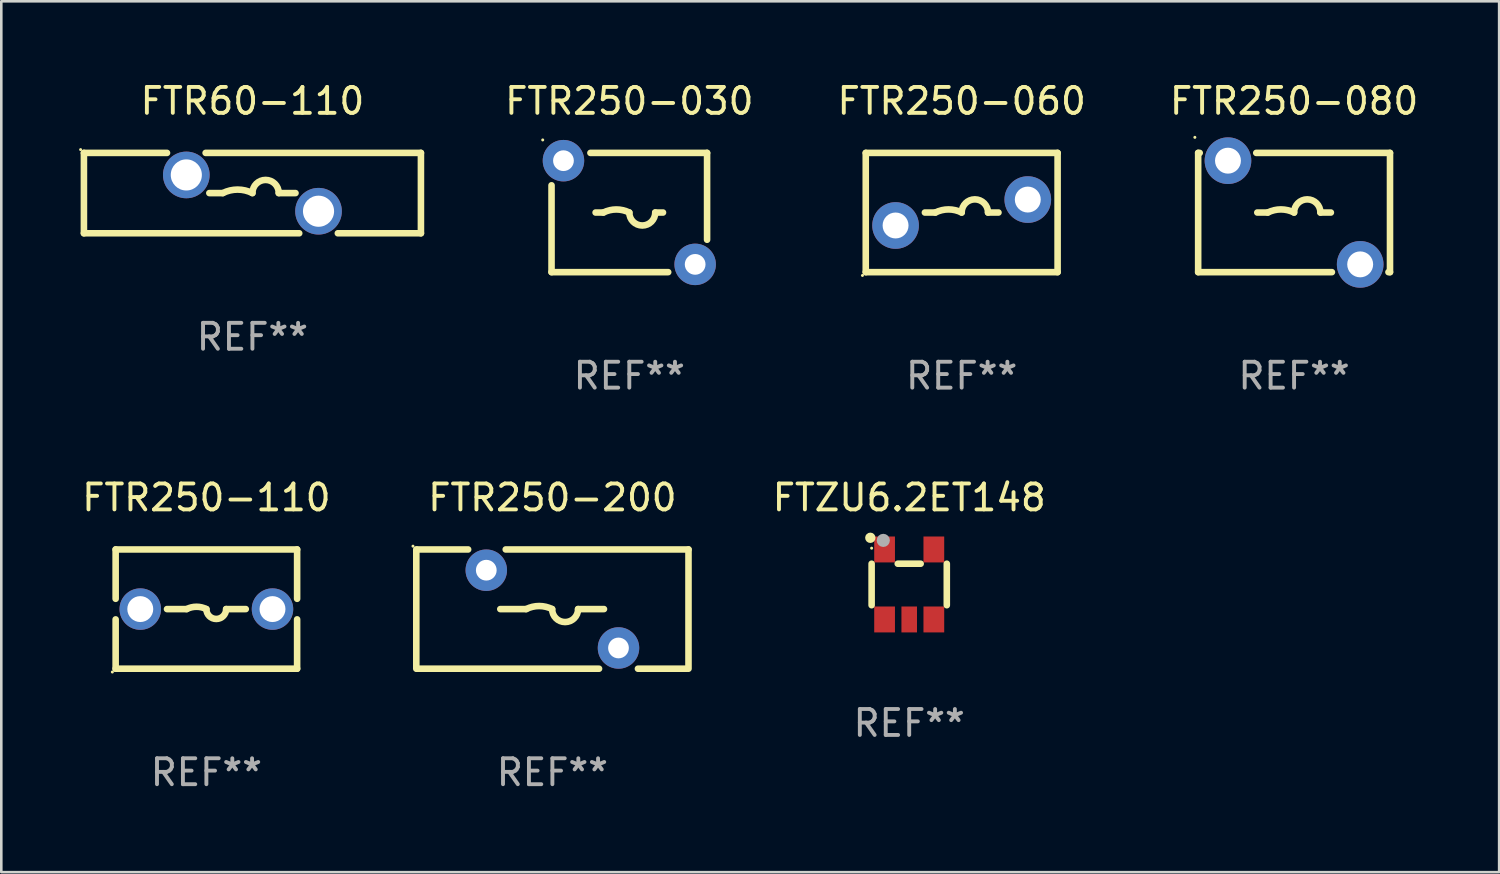
<source format=kicad_pcb>
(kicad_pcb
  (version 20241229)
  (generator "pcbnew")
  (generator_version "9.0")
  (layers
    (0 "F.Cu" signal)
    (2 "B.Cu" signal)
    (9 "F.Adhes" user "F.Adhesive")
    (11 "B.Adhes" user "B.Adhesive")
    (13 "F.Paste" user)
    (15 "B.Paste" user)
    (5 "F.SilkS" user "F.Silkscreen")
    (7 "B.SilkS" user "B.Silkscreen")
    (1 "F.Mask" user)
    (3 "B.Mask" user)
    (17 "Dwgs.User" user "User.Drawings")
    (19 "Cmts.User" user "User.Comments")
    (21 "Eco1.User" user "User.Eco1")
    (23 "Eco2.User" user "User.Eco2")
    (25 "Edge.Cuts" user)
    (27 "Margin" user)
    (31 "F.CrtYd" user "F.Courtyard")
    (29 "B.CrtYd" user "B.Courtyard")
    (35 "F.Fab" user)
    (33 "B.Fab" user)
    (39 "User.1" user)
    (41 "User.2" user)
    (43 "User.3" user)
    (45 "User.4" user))
  (footprint "FTZU6.2ET148"
    (layer "F.Cu")
    (at 32.022 19.495)
    (property "Reference" "FTZU6.2ET148" (at 0 -3.35 0) (layer "F.SilkS") (effects (font (size 1 1) (thickness 0.15))))
    (attr through_hole)
    (fp_line (start -1.45 -0.8) (end -1.45 0.8) (stroke (width 0.254) (type solid)) (layer "F.SilkS"))
    (fp_line (start -0.442 -0.8) (end 0.442 -0.8) (stroke (width 0.254) (type solid)) (layer "F.SilkS"))
    (fp_line (start 1.45 -0.8) (end 1.45 0.8) (stroke (width 0.254) (type solid)) (layer "F.SilkS"))
    (fp_circle (center -1.5 -1.8) (end -1.4 -1.8) (stroke (width 0.2) (type solid)) (fill no) (layer "F.SilkS"))
    (fp_circle (center -1.45 -1.4) (end -1.42 -1.4) (stroke (width 0.06) (type solid)) (fill no) (layer "F.SilkS"))
    (fp_circle (center -1 -1.7) (end -0.873 -1.7) (stroke (width 0.254) (type solid)) (fill no) (layer "F.Fab"))
    (fp_text user "REF**" (at 0 5.35 0) (layer "F.Fab") (effects (font (size 1 1) (thickness 0.15))))
    (pad "1" smd rect (at -0.95 -1.35) (size 0.8 1) (layers "F.Cu" "F.Mask" "F.Paste"))
    (pad "2" smd rect (at 0.95 -1.35) (size 0.8 1) (layers "F.Cu" "F.Mask" "F.Paste"))
    (pad "3" smd rect (at 0.95 1.35) (size 0.8 1) (layers "F.Cu" "F.Mask" "F.Paste"))
    (pad "4" smd rect (at 0.000165 1.35) (size 0.6 1) (layers "F.Cu" "F.Mask" "F.Paste"))
    (pad "5" smd rect (at -0.95 1.35) (size 0.8 1) (layers "F.Cu" "F.Mask" "F.Paste")))
  (footprint "FTR250-060"
    (layer "F.Cu")
    (at 34.046 5.148)
    (property "Reference" "FTR250-060" (at 0 -4.3 0) (layer "F.SilkS") (effects (font (size 1 1) (thickness 0.15))))
    (attr through_hole)
    (fp_line (start -3.7 -2.3) (end 3.7 -2.3) (stroke (width 0.254) (type solid)) (layer "F.SilkS"))
    (fp_line (start -3.7 2.3) (end -3.7 -2.3) (stroke (width 0.254) (type solid)) (layer "F.SilkS"))
    (fp_line (start -1.419 0) (end -1.016 0) (stroke (width 0.254) (type solid)) (layer "F.SilkS"))
    (fp_line (start 1.419 0) (end 1.016 0) (stroke (width 0.254) (type solid)) (layer "F.SilkS"))
    (fp_line (start 3.7 -2.3) (end 3.7 2.3) (stroke (width 0.254) (type solid)) (layer "F.SilkS"))
    (fp_line (start 3.7 2.3) (end -3.7 2.3) (stroke (width 0.254) (type solid)) (layer "F.SilkS"))
    (fp_arc (start -1.016002 0) (mid -0.508001 -0.119923) (end 0 0) (stroke (width 0.254001) (type solid)) (layer "F.SilkS"))
    (fp_arc (start 0 0) (mid 0.508001 -0.508001) (end 1.016002 0) (stroke (width 0.254001) (type solid)) (layer "F.SilkS"))
    (fp_circle (center -3.827 2.427) (end -3.797 2.427) (stroke (width 0.06) (type solid)) (fill no) (layer "F.SilkS"))
    (fp_text user "REF**" (at 0 6.3 0) (layer "F.Fab") (effects (font (size 1 1) (thickness 0.15))))
    (pad "1" thru_hole circle (at -2.55 0.5) (size 1.8 1.8) (drill 1) (layers "*.Cu" "*.Mask"))
    (pad "2" thru_hole circle (at 2.55 -0.5) (size 1.8 1.8) (drill 1) (layers "*.Cu" "*.Mask")))
  (footprint "FTR250-030"
    (layer "F.Cu")
    (at 21.225 5.148)
    (property "Reference" "FTR250-030" (at 0 -4.3 0) (layer "F.SilkS") (effects (font (size 1 1) (thickness 0.15))))
    (attr through_hole)
    (fp_line (start -3 2.3) (end -3 -1.05) (stroke (width 0.254) (type solid)) (layer "F.SilkS"))
    (fp_line (start -3 2.3) (end 1.5 2.3) (stroke (width 0.254) (type solid)) (layer "F.SilkS"))
    (fp_line (start -1 0) (end -1.3 0) (stroke (width 0.254) (type solid)) (layer "F.SilkS"))
    (fp_line (start 1 0) (end 1.3 0) (stroke (width 0.254) (type solid)) (layer "F.SilkS"))
    (fp_line (start 3 -2.3) (end -1.5 -2.3) (stroke (width 0.254) (type solid)) (layer "F.SilkS"))
    (fp_line (start 3 -2.3) (end 3 1.05) (stroke (width 0.254) (type solid)) (layer "F.SilkS"))
    (fp_arc (start -1.000762 0) (mid -0.500381 -0.118151) (end 0 0) (stroke (width 0.254001) (type solid)) (layer "F.SilkS"))
    (fp_arc (start 1.000762 0) (mid 0.500381 0.500127) (end 0 0) (stroke (width 0.254001) (type solid)) (layer "F.SilkS"))
    (fp_circle (center -3.34 -2.8) (end -3.31 -2.8) (stroke (width 0.06) (type solid)) (fill no) (layer "F.SilkS"))
    (fp_text user "REF**" (at 0 6.3 0) (layer "F.Fab") (effects (font (size 1 1) (thickness 0.15))))
    (pad "1" thru_hole circle (at -2.54 -2) (size 1.6 1.6) (drill 0.8) (layers "*.Cu" "*.Mask"))
    (pad "2" thru_hole circle (at 2.54 2) (size 1.6 1.6) (drill 0.8) (layers "*.Cu" "*.Mask")))
  (footprint "FTR250-200"
    (layer "F.Cu")
    (at 18.258 20.445)
    (property "Reference" "FTR250-200" (at 0 -4.3 0) (layer "F.SilkS") (effects (font (size 1 1) (thickness 0.15))))
    (attr through_hole)
    (fp_line (start -5.25 -2.3) (end -5.25 2.3) (stroke (width 0.254) (type solid)) (layer "F.SilkS"))
    (fp_line (start -5.21 -2.3) (end -3.25 -2.3) (stroke (width 0.254) (type solid)) (layer "F.SilkS"))
    (fp_line (start -1.8 -2.3) (end 5.25 -2.3) (stroke (width 0.254) (type solid)) (layer "F.SilkS"))
    (fp_line (start -1.01 -0.000064) (end -2.01 -0.000064) (stroke (width 0.254) (type solid)) (layer "F.SilkS"))
    (fp_line (start 0.99 -0.000064) (end 1.99 -0.000064) (stroke (width 0.254) (type solid)) (layer "F.SilkS"))
    (fp_line (start 1.8 2.3) (end -5.21 2.3) (stroke (width 0.254) (type solid)) (layer "F.SilkS"))
    (fp_line (start 5.19 2.3) (end 3.3 2.3) (stroke (width 0.254) (type solid)) (layer "F.SilkS"))
    (fp_line (start 5.25 -2.3) (end 5.25 2.3) (stroke (width 0.254) (type solid)) (layer "F.SilkS"))
    (fp_arc (start -1.010008 -0.000064) (mid -0.510008 -0.118084) (end -0.010007 -0.000064) (stroke (width 0.254001) (type solid)) (layer "F.SilkS"))
    (fp_arc (start 0.990754 -0.000064) (mid 0.490373 0.500063) (end -0.010008 -0.000064) (stroke (width 0.254001) (type solid)) (layer "F.SilkS"))
    (fp_circle (center -5.377 -2.427) (end -5.347 -2.427) (stroke (width 0.06) (type solid)) (fill no) (layer "F.SilkS"))
    (fp_text user "REF**" (at 0 6.3 0) (layer "F.Fab") (effects (font (size 1 1) (thickness 0.15))))
    (pad "1" thru_hole circle (at -2.55 -1.5) (size 1.6 1.6) (drill 0.8) (layers "*.Cu" "*.Mask"))
    (pad "2" thru_hole circle (at 2.55 1.5) (size 1.6 1.6) (drill 0.8) (layers "*.Cu" "*.Mask")))
  (footprint "FTR250-110"
    (layer "F.Cu")
    (at 4.911 20.445)
    (property "Reference" "FTR250-110" (at 0 -4.3 0) (layer "F.SilkS") (effects (font (size 1 1) (thickness 0.15))))
    (attr through_hole)
    (fp_line (start -3.5 -2.3) (end -3.5 -0.398) (stroke (width 0.254) (type solid)) (layer "F.SilkS"))
    (fp_line (start -3.5 -2.3) (end 3.5 -2.3) (stroke (width 0.254) (type solid)) (layer "F.SilkS"))
    (fp_line (start -3.5 0.398) (end -3.5 2.3) (stroke (width 0.254) (type solid)) (layer "F.SilkS"))
    (fp_line (start -1.519 0) (end -0.762 0) (stroke (width 0.254) (type solid)) (layer "F.SilkS"))
    (fp_line (start 1.519 0) (end 0.762 0) (stroke (width 0.254) (type solid)) (layer "F.SilkS"))
    (fp_line (start 3.5 -2.3) (end 3.5 -0.397) (stroke (width 0.254) (type solid)) (layer "F.SilkS"))
    (fp_line (start 3.5 0.397) (end 3.5 2.3) (stroke (width 0.254) (type solid)) (layer "F.SilkS"))
    (fp_line (start 3.5 2.3) (end -3.5 2.3) (stroke (width 0.254) (type solid)) (layer "F.SilkS"))
    (fp_arc (start -0.762129 0) (mid -0.381128 -0.089942) (end -0.000127 0) (stroke (width 0.254001) (type solid)) (layer "F.SilkS"))
    (fp_arc (start 0.761875 0) (mid 0.380874 0.381001) (end -0.000127 0) (stroke (width 0.254001) (type solid)) (layer "F.SilkS"))
    (fp_circle (center -3.627 2.427) (end -3.597 2.427) (stroke (width 0.06) (type solid)) (fill no) (layer "F.SilkS"))
    (fp_text user "REF**" (at 0 6.3 0) (layer "F.Fab") (effects (font (size 1 1) (thickness 0.15))))
    (pad "1" thru_hole circle (at -2.55 0) (size 1.6 1.6) (drill 1) (layers "*.Cu" "*.Mask"))
    (pad "2" thru_hole circle (at 2.55 0) (size 1.6 1.6) (drill 1) (layers "*.Cu" "*.Mask")))
  (footprint "FTR60-110"
    (layer "F.Cu")
    (at 6.687 4.398)
    (property "Reference" "FTR60-110" (at 0 -3.55 0) (layer "F.SilkS") (effects (font (size 1 1) (thickness 0.15))))
    (attr through_hole)
    (fp_line (start -6.5 1.55) (end -6.5 -1.55) (stroke (width 0.254) (type solid)) (layer "F.SilkS"))
    (fp_line (start -6.5 1.55) (end 1.805 1.55) (stroke (width 0.254) (type solid)) (layer "F.SilkS"))
    (fp_line (start -6.5 -1.55) (end -3.295 -1.55) (stroke (width 0.254) (type solid)) (layer "F.SilkS"))
    (fp_line (start -1.805 -1.55) (end 6.5 -1.55) (stroke (width 0.254) (type solid)) (layer "F.SilkS"))
    (fp_line (start -1.662 0) (end -1.143 0) (stroke (width 0.254) (type solid)) (layer "F.SilkS"))
    (fp_line (start 1.662 0) (end 1.016 0) (stroke (width 0.254) (type solid)) (layer "F.SilkS"))
    (fp_line (start 3.295 1.55) (end 6.5 1.55) (stroke (width 0.254) (type solid)) (layer "F.SilkS"))
    (fp_line (start 6.5 -1.55) (end 6.5 1.55) (stroke (width 0.254) (type solid)) (layer "F.SilkS"))
    (fp_arc (start -1.143002 0) (mid -0.571501 -0.134913) (end 0 0) (stroke (width 0.254001) (type solid)) (layer "F.SilkS"))
    (fp_arc (start 0 0) (mid 0.508001 -0.508001) (end 1.016002 0) (stroke (width 0.254001) (type solid)) (layer "F.SilkS"))
    (fp_circle (center -6.627 -1.677) (end -6.597 -1.677) (stroke (width 0.06) (type solid)) (fill no) (layer "F.SilkS"))
    (fp_text user "REF**" (at 0 5.55 0) (layer "F.Fab") (effects (font (size 1 1) (thickness 0.15))))
    (pad "1" thru_hole circle (at -2.55 -0.7) (size 1.8 1.8) (drill 1.2) (layers "*.Cu" "*.Mask"))
    (pad "2" thru_hole circle (at 2.55 0.7) (size 1.8 1.8) (drill 1.2) (layers "*.Cu" "*.Mask")))
  (footprint "FTR250-080"
    (layer "F.Cu")
    (at 46.868 5.148)
    (property "Reference" "FTR250-080" (at 0 -4.3 0) (layer "F.SilkS") (effects (font (size 1 1) (thickness 0.15))))
    (attr through_hole)
    (fp_line (start -3.7 -2.3) (end -3.64 -2.3) (stroke (width 0.254) (type solid)) (layer "F.SilkS"))
    (fp_line (start -3.7 2.3) (end -3.7 -2.3) (stroke (width 0.254) (type solid)) (layer "F.SilkS"))
    (fp_line (start -3.7 2.3) (end 1.459 2.3) (stroke (width 0.254) (type solid)) (layer "F.SilkS"))
    (fp_line (start -1.459 -2.3) (end 3.7 -2.3) (stroke (width 0.254) (type solid)) (layer "F.SilkS"))
    (fp_line (start -1.419 0) (end -1.016 0) (stroke (width 0.254) (type solid)) (layer "F.SilkS"))
    (fp_line (start 1.419 0) (end 1.016 0) (stroke (width 0.254) (type solid)) (layer "F.SilkS"))
    (fp_line (start 3.64 2.3) (end 3.7 2.3) (stroke (width 0.254) (type solid)) (layer "F.SilkS"))
    (fp_line (start 3.7 -2.3) (end 3.7 2.3) (stroke (width 0.254) (type solid)) (layer "F.SilkS"))
    (fp_arc (start -1.016002 0) (mid -0.508001 -0.119923) (end 0 0) (stroke (width 0.254001) (type solid)) (layer "F.SilkS"))
    (fp_arc (start 0 0) (mid 0.508001 -0.508001) (end 1.016002 0) (stroke (width 0.254001) (type solid)) (layer "F.SilkS"))
    (fp_circle (center -3.827 -2.9) (end -3.797 -2.9) (stroke (width 0.06) (type solid)) (fill no) (layer "F.SilkS"))
    (fp_text user "REF**" (at 0 6.3 0) (layer "F.Fab") (effects (font (size 1 1) (thickness 0.15))))
    (pad "1" thru_hole circle (at -2.55 -2) (size 1.8 1.8) (drill 1) (layers "*.Cu" "*.Mask"))
    (pad "2" thru_hole circle (at 2.55 2) (size 1.8 1.8) (drill 1) (layers "*.Cu" "*.Mask")))
  (gr_rect
    (start -3 -3)
    (end 54.778 30.593)
    (stroke (width 0.1) (type default))
    (fill no)
    (layer "Edge.Cuts")))
</source>
